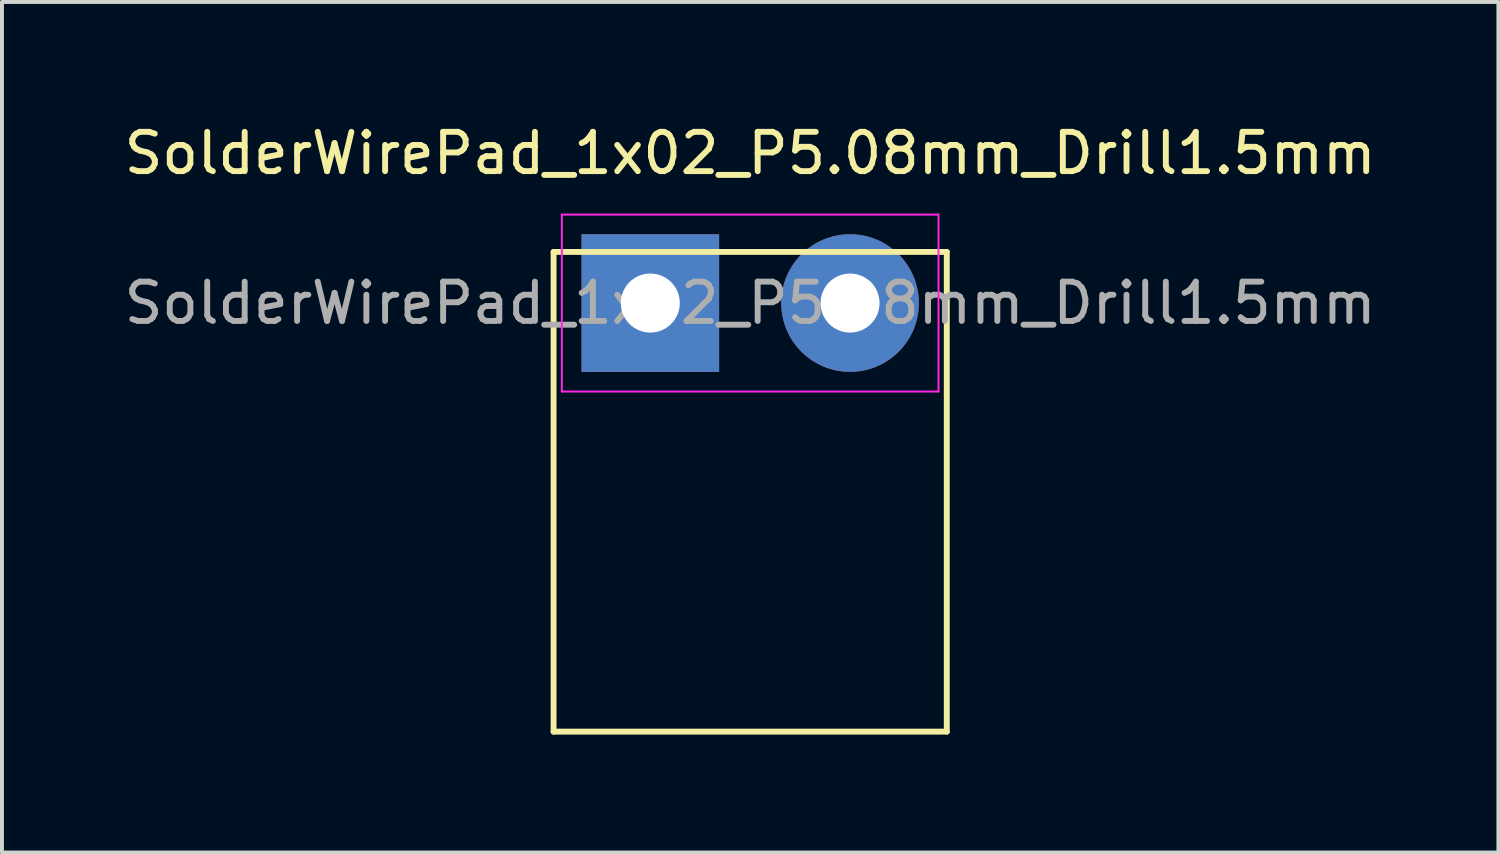
<source format=kicad_pcb>
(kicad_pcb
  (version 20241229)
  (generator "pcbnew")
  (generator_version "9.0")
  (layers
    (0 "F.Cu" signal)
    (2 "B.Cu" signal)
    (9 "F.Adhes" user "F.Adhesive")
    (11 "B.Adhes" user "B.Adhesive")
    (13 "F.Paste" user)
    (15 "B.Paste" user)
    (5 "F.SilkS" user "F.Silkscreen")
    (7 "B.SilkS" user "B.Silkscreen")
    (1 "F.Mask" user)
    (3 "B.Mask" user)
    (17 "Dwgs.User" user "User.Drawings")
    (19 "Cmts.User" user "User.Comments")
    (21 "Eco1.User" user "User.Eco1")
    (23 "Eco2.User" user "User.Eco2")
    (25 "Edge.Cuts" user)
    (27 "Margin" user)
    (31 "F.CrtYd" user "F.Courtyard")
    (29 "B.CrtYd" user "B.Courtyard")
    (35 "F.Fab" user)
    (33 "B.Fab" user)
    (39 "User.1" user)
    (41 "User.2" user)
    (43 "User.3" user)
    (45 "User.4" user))
  (footprint "SolderWirePad_1x02_P5.08mm_Drill1.5mm"
    (layer "F.Cu")
    (at 16.03 4.658)
    (property "Reference" "SolderWirePad_1x02_P5.08mm_Drill1.5mm" (at 0 -3.81 0) (layer "F.SilkS") (effects (font (size 1 1) (thickness 0.15))))
    (attr exclude_from_pos_files exclude_from_bom)
    (fp_line (start -5 -1.3) (end -5 10.9) (stroke (width 0.15) (type solid)) (layer "F.SilkS"))
    (fp_line (start -5 -1.3) (end 5 -1.3) (stroke (width 0.15) (type solid)) (layer "F.SilkS"))
    (fp_line (start -5 10.9) (end 5 10.9) (stroke (width 0.15) (type solid)) (layer "F.SilkS"))
    (fp_line (start 5 -1.3) (end 5 10.9) (stroke (width 0.15) (type solid)) (layer "F.SilkS"))
    (fp_line (start -4.79 -2.25) (end -4.79 2.25) (stroke (width 0.05) (type solid)) (layer "F.CrtYd"))
    (fp_line (start -4.79 -2.25) (end 4.79 -2.25) (stroke (width 0.05) (type solid)) (layer "F.CrtYd"))
    (fp_line (start 4.79 2.25) (end -4.79 2.25) (stroke (width 0.05) (type solid)) (layer "F.CrtYd"))
    (fp_line (start 4.79 2.25) (end 4.79 -2.25) (stroke (width 0.05) (type solid)) (layer "F.CrtYd"))
    (fp_text user "${REFERENCE}" (at 0 0 0) (layer "F.Fab") (effects (font (size 1 1) (thickness 0.15))))
    (pad "1" thru_hole rect (at -2.54 0) (size 3.5 3.5) (drill 1.501) (layers "*.Cu" "*.Mask"))
    (pad "2" thru_hole circle (at 2.54 0) (size 3.5 3.5) (drill 1.501) (layers "*.Cu" "*.Mask")))
  (gr_rect
    (start -3 -3)
    (end 35.06 18.633)
    (stroke (width 0.1) (type default))
    (fill no)
    (layer "Edge.Cuts")))
</source>
